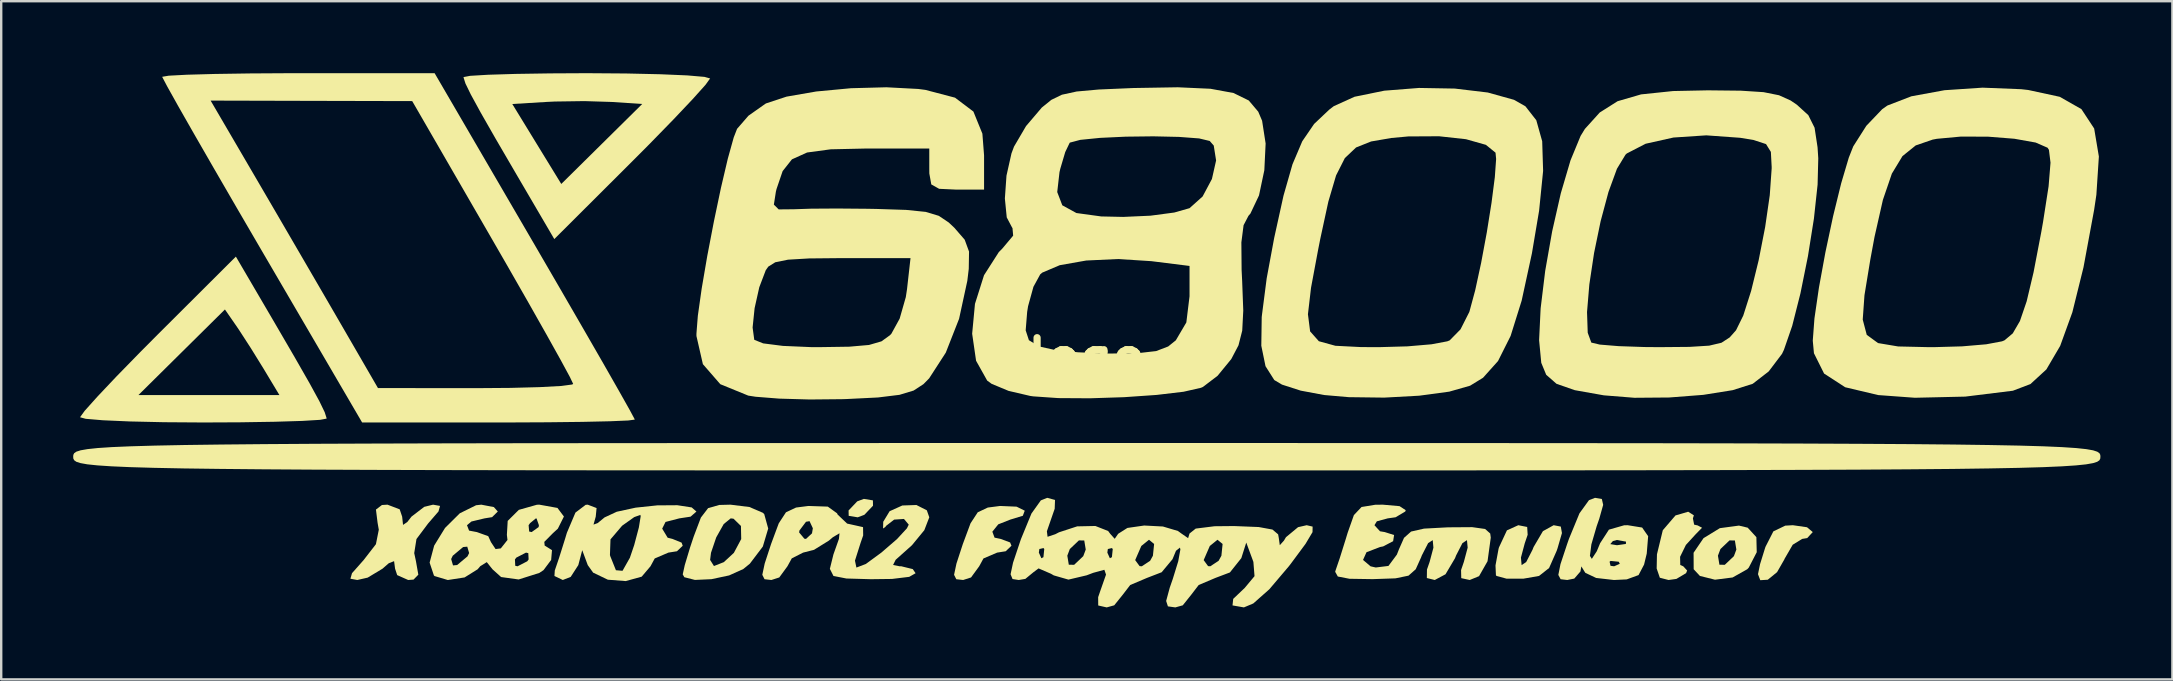
<source format=kicad_pcb>
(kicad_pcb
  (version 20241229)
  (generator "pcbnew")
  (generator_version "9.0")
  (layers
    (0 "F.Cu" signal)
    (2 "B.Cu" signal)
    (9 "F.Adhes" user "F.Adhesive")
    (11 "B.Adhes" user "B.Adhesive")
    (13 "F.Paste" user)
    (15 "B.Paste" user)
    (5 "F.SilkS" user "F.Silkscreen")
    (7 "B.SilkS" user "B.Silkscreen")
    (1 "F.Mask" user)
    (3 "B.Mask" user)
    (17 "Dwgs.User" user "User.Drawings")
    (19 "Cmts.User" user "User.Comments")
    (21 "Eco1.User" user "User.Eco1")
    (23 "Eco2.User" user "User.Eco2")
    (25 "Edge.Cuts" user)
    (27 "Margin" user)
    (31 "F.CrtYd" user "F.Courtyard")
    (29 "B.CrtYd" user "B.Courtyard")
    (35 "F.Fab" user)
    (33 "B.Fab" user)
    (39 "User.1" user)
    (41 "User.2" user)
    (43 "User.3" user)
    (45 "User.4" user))
  (footprint "logo"
    (layer "F.Cu")
    (at 42.238 11.844)
    (property "Reference" "logo" (at 0 0 0) (layer "F.SilkS") (effects (font (size 1.5 1.5) (thickness 0.3))))
    (attr board_only exclude_from_pos_files exclude_from_bom)
    (fp_poly (pts (xy -8.913 5.957) (xy -8.909 6.18) (xy -9.27 6.559) (xy -9.546 6.663) (xy -9.922 6.601) (xy -9.927 6.377) (xy -9.566 5.998) (xy -9.29 5.895)) (stroke (width 0) (type solid)) (fill yes) (layer "F.SilkS"))
    (fp_poly (pts (xy 30.012 7.077) (xy 30.252 7.278) (xy 30.02 7.528) (xy 29.809 7.563) (xy 29.416 7.806) (xy 29.077 8.392) (xy 29.067 8.419) (xy 28.764 8.948) (xy 28.377 9.264) (xy 28.064 9.283) (xy 27.969 9.032) (xy 28.055 8.616) (xy 28.266 7.937) (xy 28.282 7.891) (xy 28.61 7.248) (xy 29.106 7.01) (xy 29.423 6.992)) (stroke (width 0) (type solid)) (fill yes) (layer "F.SilkS"))
    (fp_poly (pts (xy 25.297 6.581) (xy 25.257 6.707) (xy 25.308 6.968) (xy 25.455 7.001) (xy 25.638 7.098) (xy 25.382 7.358) (xy 24.965 7.814) (xy 24.723 8.308) (xy 24.73 8.65) (xy 24.855 8.704) (xy 25.017 8.88) (xy 24.972 8.99) (xy 24.569 9.23) (xy 24.242 9.275) (xy 23.879 9.181) (xy 23.747 8.796) (xy 23.759 8.205) (xy 24.002 7.202) (xy 24.531 6.585) (xy 25.06 6.43)) (stroke (width 0) (type solid)) (fill yes) (layer "F.SilkS"))
    (fp_poly (pts (xy -2.925 6.219) (xy -2.586 6.387) (xy -2.666 6.599) (xy -3.188 6.758) (xy -3.69 6.956) (xy -3.936 7.262) (xy -3.844 7.51) (xy -3.591 7.563) (xy -3.196 7.71) (xy -3.139 7.848) (xy -3.379 8.077) (xy -3.737 8.134) (xy -4.307 8.378) (xy -4.484 8.704) (xy -4.824 9.169) (xy -5.153 9.275) (xy -5.438 9.243) (xy -5.531 9.059) (xy -5.432 8.591) (xy -5.166 7.777) (xy -4.845 6.913) (xy -4.545 6.454) (xy -4.125 6.256) (xy -3.613 6.19)) (stroke (width 0) (type solid)) (fill yes) (layer "F.SilkS"))
    (fp_poly (pts (xy 27.54 7.095) (xy 27.902 7.49) (xy 27.917 8.117) (xy 27.586 8.757) (xy 27.52 8.827) (xy 26.911 9.17) (xy 26.177 9.263) (xy 25.549 9.106) (xy 25.289 8.827) (xy 25.286 8.262) (xy 26.3 8.262) (xy 26.362 8.638) (xy 26.586 8.642) (xy 26.965 8.282) (xy 27.068 8.006) (xy 27.006 7.629) (xy 26.783 7.625) (xy 26.404 7.985) (xy 26.3 8.262) (xy 25.286 8.262) (xy 25.285 8.14) (xy 25.7 7.531) (xy 26.38 7.115) (xy 27.176 7.008)) (stroke (width 0) (type solid)) (fill yes) (layer "F.SilkS"))
    (fp_poly (pts (xy 19.752 7.049) (xy 19.8 7.319) (xy 19.617 7.951) (xy 19.579 8.062) (xy 19.264 8.776) (xy 18.845 9.106) (xy 18.193 9.22) (xy 17.489 9.219) (xy 17.074 9.106) (xy 17.049 9.077) (xy 17.031 8.668) (xy 17.157 7.983) (xy 17.174 7.92) (xy 17.507 7.206) (xy 17.981 6.992) (xy 18.351 7.065) (xy 18.371 7.391) (xy 18.25 7.745) (xy 18.091 8.341) (xy 18.119 8.654) (xy 18.31 8.527) (xy 18.574 8.013) (xy 18.618 7.901) (xy 19.007 7.24) (xy 19.454 6.992)) (stroke (width 0) (type solid)) (fill yes) (layer "F.SilkS"))
    (fp_poly (pts (xy -26.951 6.188) (xy -27.015 6.418) (xy -27.449 6.921) (xy -27.934 7.569) (xy -28.027 8.155) (xy -27.955 8.49) (xy -27.856 9.054) (xy -28.055 9.258) (xy -28.279 9.275) (xy -28.737 9.071) (xy -28.825 8.803) (xy -28.866 8.49) (xy -29.085 8.575) (xy -29.347 8.803) (xy -29.966 9.176) (xy -30.399 9.275) (xy -30.686 9.222) (xy -30.62 8.992) (xy -30.168 8.481) (xy -30.147 8.459) (xy -29.623 7.783) (xy -29.503 7.18) (xy -29.554 6.889) (xy -29.622 6.34) (xy -29.372 6.15) (xy -29.141 6.136) (xy -28.633 6.33) (xy -28.53 6.635) (xy -28.493 6.979) (xy -28.316 6.859) (xy -28.142 6.635) (xy -27.611 6.227) (xy -27.242 6.136)) (stroke (width 0) (type solid)) (fill yes) (layer "F.SilkS"))
    (fp_poly (pts (xy -14.057 6.234) (xy -13.498 6.475) (xy -13.442 6.529) (xy -13.276 7.13) (xy -13.5 7.881) (xy -14.041 8.595) (xy -14.315 8.818) (xy -14.904 9.084) (xy -15.642 9.241) (xy -16.33 9.272) (xy -16.772 9.159) (xy -16.838 9.041) (xy -16.753 8.653) (xy -16.688 8.438) (xy -15.697 8.438) (xy -15.537 8.693) (xy -15.126 8.531) (xy -14.707 8.144) (xy -14.401 7.569) (xy -14.412 7.024) (xy -14.722 6.721) (xy -14.839 6.707) (xy -15.13 6.944) (xy -15.443 7.501) (xy -15.66 8.141) (xy -15.697 8.438) (xy -16.688 8.438) (xy -16.535 7.929) (xy -16.383 7.471) (xy -16.081 6.673) (xy -15.78 6.28) (xy -15.315 6.148) (xy -14.849 6.136)) (stroke (width 0) (type solid)) (fill yes) (layer "F.SilkS"))
    (fp_poly (pts (xy -33.895 -1.53) (xy -33.012 -0.014) (xy -32.385 1.082) (xy -31.979 1.825) (xy -31.757 2.284) (xy -31.68 2.527) (xy -31.679 2.55) (xy -31.949 2.601) (xy -32.7 2.646) (xy -33.842 2.681) (xy -35.284 2.704) (xy -36.816 2.711) (xy -38.457 2.7) (xy -39.881 2.668) (xy -40.998 2.619) (xy -41.718 2.558) (xy -41.953 2.493) (xy -41.761 2.227) (xy -41.229 1.634) (xy -41.169 1.57) (xy -39.521 1.57) (xy -36.583 1.57) (xy -33.644 1.57) (xy -34.302 0.475) (xy -34.833 -0.383) (xy -35.333 -1.155) (xy -35.438 -1.309) (xy -35.915 -1.998) (xy -37.718 -0.214) (xy -39.521 1.57) (xy -41.169 1.57) (xy -40.428 0.786) (xy -39.423 -0.243) (xy -38.706 -0.964) (xy -35.459 -4.201)) (stroke (width 0) (type solid)) (fill yes) (layer "F.SilkS"))
    (fp_poly (pts (xy -19.193 -11.832) (xy -17.769 -11.8) (xy -16.651 -11.752) (xy -15.931 -11.69) (xy -15.697 -11.625) (xy -15.889 -11.359) (xy -16.42 -10.767) (xy -17.222 -9.919) (xy -18.226 -8.889) (xy -18.943 -8.169) (xy -22.19 -4.931) (xy -23.754 -7.603) (xy -24.638 -9.119) (xy -25.264 -10.215) (xy -25.452 -10.56) (xy -23.94 -10.56) (xy -22.92 -8.894) (xy -21.899 -7.228) (xy -20.213 -8.894) (xy -18.527 -10.56) (xy -19.813 -10.646) (xy -20.936 -10.681) (xy -22.173 -10.663) (xy -22.52 -10.646) (xy -23.94 -10.56) (xy -25.452 -10.56) (xy -25.67 -10.958) (xy -25.893 -11.417) (xy -25.97 -11.66) (xy -25.971 -11.682) (xy -25.7 -11.734) (xy -24.949 -11.779) (xy -23.808 -11.814) (xy -22.365 -11.836) (xy -20.834 -11.844)) (stroke (width 0) (type solid)) (fill yes) (layer "F.SilkS"))
    (fp_poly (pts (xy 21.462 5.9) (xy 21.518 6.143) (xy 21.355 6.723) (xy 21.246 7.037) (xy 21.026 7.791) (xy 20.965 8.271) (xy 21.045 8.394) (xy 21.252 8.076) (xy 21.375 7.78) (xy 21.814 7.78) (xy 22.094 7.826) (xy 22.464 7.773) (xy 22.469 7.676) (xy 22.087 7.608) (xy 21.922 7.653) (xy 21.814 7.78) (xy 21.375 7.78) (xy 21.389 7.745) (xy 21.757 7.177) (xy 22.392 6.995) (xy 22.539 6.992) (xy 23.141 7.089) (xy 23.392 7.45) (xy 23.333 8.176) (xy 23.222 8.633) (xy 22.992 9.07) (xy 22.5 9.25) (xy 21.966 9.275) (xy 21.225 9.19) (xy 20.775 8.977) (xy 20.737 8.919) (xy 20.608 8.708) (xy 20.571 8.919) (xy 20.314 9.216) (xy 20.02 9.275) (xy 19.745 9.243) (xy 19.649 9.064) (xy 19.738 8.616) (xy 19.772 8.514) (xy 21.785 8.514) (xy 21.824 8.684) (xy 21.975 8.704) (xy 22.21 8.6) (xy 22.166 8.514) (xy 21.827 8.48) (xy 21.785 8.514) (xy 19.772 8.514) (xy 20.016 7.778) (xy 20.091 7.563) (xy 20.53 6.496) (xy 20.926 5.949) (xy 21.178 5.851)) (stroke (width 0) (type solid)) (fill yes) (layer "F.SilkS"))
    (fp_poly (pts (xy -23.006 -4.687) (xy -21.944 -2.859) (xy -20.981 -1.195) (xy -20.153 0.242) (xy -19.498 1.39) (xy -19.05 2.186) (xy -18.845 2.568) (xy -18.836 2.591) (xy -19.107 2.628) (xy -19.863 2.66) (xy -21.019 2.686) (xy -22.489 2.703) (xy -24.187 2.711) (xy -24.517 2.711) (xy -30.198 2.711) (xy -34.363 -4.417) (xy -35.427 -6.242) (xy -36.39 -7.904) (xy -37.217 -9.341) (xy -37.872 -10.49) (xy -37.99 -10.702) (xy -36.511 -10.702) (xy -34.718 -7.634) (xy -33.799 -6.06) (xy -32.768 -4.289) (xy -31.776 -2.584) (xy -31.231 -1.645) (xy -29.538 1.277) (xy -25.471 1.281) (xy -24.022 1.27) (xy -22.8 1.238) (xy -21.908 1.19) (xy -21.446 1.129) (xy -21.404 1.103) (xy -21.541 0.815) (xy -21.926 0.104) (xy -22.518 -0.958) (xy -23.277 -2.3) (xy -24.165 -3.852) (xy -24.758 -4.88) (xy -28.111 -10.681) (xy -32.311 -10.691) (xy -36.511 -10.702) (xy -37.99 -10.702) (xy -38.318 -11.288) (xy -38.52 -11.671) (xy -38.528 -11.694) (xy -38.257 -11.74) (xy -37.501 -11.78) (xy -36.345 -11.812) (xy -34.876 -11.834) (xy -33.178 -11.844) (xy -32.852 -11.844) (xy -27.177 -11.844)) (stroke (width 0) (type solid)) (fill yes) (layer "F.SilkS"))
    (fp_poly (pts (xy -20.428 6.277) (xy -20.463 6.635) (xy -20.556 6.967) (xy -20.382 6.903) (xy -20.097 6.668) (xy -19.588 6.431) (xy -18.798 6.26) (xy -17.899 6.165) (xy -17.064 6.159) (xy -16.464 6.251) (xy -16.267 6.423) (xy -16.512 6.636) (xy -16.981 6.707) (xy -17.555 6.856) (xy -17.694 7.135) (xy -17.466 7.513) (xy -17.266 7.563) (xy -16.887 7.717) (xy -16.838 7.848) (xy -17.078 8.077) (xy -17.436 8.134) (xy -18.005 8.378) (xy -18.182 8.704) (xy -18.548 9.136) (xy -19.212 9.32) (xy -19.958 9.263) (xy -20.572 8.968) (xy -20.796 8.654) (xy -20.953 8.23) (xy -19.871 8.23) (xy -19.86 8.276) (xy -19.622 8.868) (xy -19.347 8.892) (xy -19.04 8.348) (xy -18.861 7.821) (xy -18.666 7.086) (xy -18.591 6.625) (xy -18.602 6.561) (xy -18.86 6.655) (xy -19.355 7.007) (xy -19.366 7.016) (xy -19.848 7.582) (xy -19.871 8.23) (xy -20.953 8.23) (xy -21.026 8.033) (xy -21.189 8.654) (xy -21.506 9.145) (xy -21.836 9.275) (xy -22.184 9.108) (xy -22.169 8.877) (xy -21.994 8.363) (xy -21.744 7.569) (xy -21.665 7.307) (xy -21.309 6.466) (xy -20.883 6.143) (xy -20.797 6.136)) (stroke (width 0) (type solid)) (fill yes) (layer "F.SilkS"))
    (fp_poly (pts (xy 13.034 6.198) (xy 13.289 6.366) (xy 13.271 6.421) (xy 12.868 6.661) (xy 12.54 6.707) (xy 12.086 6.83) (xy 11.987 6.992) (xy 12.218 7.245) (xy 12.415 7.278) (xy 12.805 7.401) (xy 12.765 7.658) (xy 12.348 7.876) (xy 12.223 7.9) (xy 11.655 8.118) (xy 11.511 8.439) (xy 11.825 8.705) (xy 12.041 8.754) (xy 12.57 8.689) (xy 12.921 8.217) (xy 13.01 7.991) (xy 13.219 7.518) (xy 13.514 7.256) (xy 14.052 7.134) (xy 14.993 7.083) (xy 15.08 7.08) (xy 16.061 7.073) (xy 16.598 7.149) (xy 16.811 7.338) (xy 16.834 7.509) (xy 16.699 8.494) (xy 16.346 9.115) (xy 15.956 9.275) (xy 15.604 9.198) (xy 15.596 8.861) (xy 15.712 8.522) (xy 15.871 7.927) (xy 15.842 7.614) (xy 15.652 7.74) (xy 15.388 8.254) (xy 15.344 8.367) (xy 14.948 9.036) (xy 14.5 9.275) (xy 14.17 9.193) (xy 14.175 8.84) (xy 14.285 8.522) (xy 14.444 7.927) (xy 14.415 7.614) (xy 14.224 7.738) (xy 13.962 8.249) (xy 13.928 8.337) (xy 13.706 8.828) (xy 13.406 9.094) (xy 12.864 9.206) (xy 11.917 9.239) (xy 11.907 9.239) (xy 10.947 9.224) (xy 10.46 9.13) (xy 10.35 8.933) (xy 10.368 8.871) (xy 10.542 8.361) (xy 10.79 7.57) (xy 10.87 7.307) (xy 11.13 6.57) (xy 11.448 6.233) (xy 12.018 6.14) (xy 12.334 6.136)) (stroke (width 0) (type solid)) (fill yes) (layer "F.SilkS"))
    (fp_poly (pts (xy 38.936 -11.177) (xy 39.231 -11.144) (xy 40.543 -10.86) (xy 41.446 -10.347) (xy 41.978 -9.539) (xy 42.174 -8.371) (xy 42.07 -6.778) (xy 41.976 -6.148) (xy 41.533 -3.754) (xy 41.069 -1.881) (xy 40.561 -0.479) (xy 39.986 0.501) (xy 39.323 1.11) (xy 38.592 1.388) (xy 36.606 1.633) (xy 34.506 1.681) (xy 32.977 1.569) (xy 31.603 1.243) (xy 30.723 0.672) (xy 30.301 -0.174) (xy 30.252 -0.697) (xy 30.318 -1.576) (xy 32.334 -1.576) (xy 32.501 -0.941) (xy 32.971 -0.598) (xy 33.809 -0.457) (xy 35.08 -0.428) (xy 35.3 -0.428) (xy 36.477 -0.461) (xy 37.481 -0.547) (xy 38.137 -0.67) (xy 38.239 -0.711) (xy 38.584 -1) (xy 38.884 -1.515) (xy 39.165 -2.338) (xy 39.453 -3.55) (xy 39.775 -5.231) (xy 39.848 -5.646) (xy 40.079 -7.131) (xy 40.159 -8.115) (xy 40.093 -8.649) (xy 40.036 -8.738) (xy 39.54 -8.954) (xy 38.653 -9.112) (xy 37.553 -9.199) (xy 36.417 -9.202) (xy 35.424 -9.11) (xy 35.246 -9.076) (xy 34.542 -8.834) (xy 33.99 -8.389) (xy 33.548 -7.659) (xy 33.174 -6.564) (xy 32.825 -5.022) (xy 32.65 -4.078) (xy 32.406 -2.591) (xy 32.334 -1.576) (xy 30.318 -1.576) (xy 30.322 -1.627) (xy 30.509 -2.91) (xy 30.779 -4.383) (xy 31.099 -5.885) (xy 31.435 -7.253) (xy 31.753 -8.325) (xy 31.939 -8.795) (xy 32.484 -9.652) (xy 33.145 -10.344) (xy 33.361 -10.496) (xy 34.36 -10.881) (xy 35.742 -11.135) (xy 37.326 -11.241)) (stroke (width 0) (type solid)) (fill yes) (layer "F.SilkS"))
    (fp_poly (pts (xy -6.666 6.371) (xy -6.564 6.663) (xy -6.771 7.2) (xy -7.284 7.824) (xy -7.442 7.966) (xy -7.965 8.433) (xy -8.072 8.648) (xy -7.798 8.704) (xy -7.728 8.704) (xy -7.252 8.821) (xy -7.135 8.993) (xy -7.4 9.144) (xy -8.118 9.231) (xy -8.997 9.242) (xy -10.017 9.213) (xy -10.557 9.107) (xy -10.707 8.81) (xy -10.558 8.209) (xy -10.329 7.563) (xy -10.305 7.328) (xy -10.582 7.493) (xy -10.748 7.634) (xy -11.366 8.017) (xy -11.822 8.134) (xy -12.294 8.374) (xy -12.475 8.704) (xy -12.815 9.169) (xy -13.144 9.275) (xy -13.429 9.243) (xy -13.522 9.059) (xy -13.423 8.591) (xy -13.157 7.777) (xy -12.978 7.294) (xy -11.987 7.294) (xy -11.769 7.555) (xy -11.701 7.563) (xy -11.451 7.331) (xy -11.416 7.118) (xy -11.554 6.823) (xy -11.701 6.849) (xy -11.976 7.214) (xy -11.987 7.294) (xy -12.978 7.294) (xy -12.836 6.913) (xy -12.536 6.454) (xy -12.116 6.256) (xy -11.602 6.19) (xy -10.793 6.217) (xy -10.406 6.496) (xy -10.384 6.547) (xy -9.988 6.924) (xy -9.68 6.992) (xy -9.324 7.072) (xy -9.319 7.418) (xy -9.425 7.724) (xy -9.661 8.468) (xy -9.601 8.757) (xy -9.209 8.608) (xy -8.562 8.134) (xy -7.909 7.57) (xy -7.496 7.122) (xy -7.42 6.968) (xy -7.619 6.731) (xy -8.028 6.759) (xy -8.371 7.025) (xy -8.39 7.063) (xy -8.49 7.129) (xy -8.483 6.849) (xy -8.217 6.409) (xy -7.687 6.17) (xy -7.1 6.15)) (stroke (width 0) (type solid)) (fill yes) (layer "F.SilkS"))
    (fp_poly (pts (xy 15.336 -11.203) (xy 16.71 -11.039) (xy 17.801 -10.735) (xy 18.276 -10.466) (xy 18.731 -9.884) (xy 18.977 -9.006) (xy 19.015 -7.771) (xy 18.848 -6.115) (xy 18.548 -4.334) (xy 18.121 -2.366) (xy 17.661 -0.896) (xy 17.136 0.151) (xy 16.511 0.848) (xy 15.971 1.179) (xy 15.105 1.426) (xy 13.853 1.595) (xy 12.395 1.675) (xy 10.913 1.656) (xy 9.891 1.567) (xy 8.913 1.384) (xy 8.134 1.133) (xy 7.813 0.943) (xy 7.447 0.366) (xy 7.272 -0.486) (xy 7.289 -1.684) (xy 7.303 -1.8) (xy 9.215 -1.8) (xy 9.306 -1.085) (xy 9.67 -0.675) (xy 10.36 -0.485) (xy 11.429 -0.431) (xy 12.183 -0.428) (xy 13.361 -0.461) (xy 14.364 -0.547) (xy 15.02 -0.67) (xy 15.122 -0.711) (xy 15.573 -1.17) (xy 15.937 -1.889) (xy 15.949 -1.924) (xy 16.186 -2.802) (xy 16.433 -3.944) (xy 16.668 -5.206) (xy 16.865 -6.443) (xy 17.003 -7.512) (xy 17.057 -8.267) (xy 17.032 -8.532) (xy 16.631 -8.858) (xy 15.801 -9.093) (xy 14.678 -9.216) (xy 13.398 -9.209) (xy 12.691 -9.144) (xy 11.848 -8.999) (xy 11.221 -8.749) (xy 10.753 -8.306) (xy 10.387 -7.583) (xy 10.065 -6.491) (xy 9.73 -4.944) (xy 9.639 -4.484) (xy 9.344 -2.904) (xy 9.215 -1.8) (xy 7.303 -1.8) (xy 7.496 -3.295) (xy 7.808 -4.976) (xy 8.197 -6.741) (xy 8.571 -8.048) (xy 8.979 -9.008) (xy 9.473 -9.73) (xy 10.1 -10.323) (xy 10.292 -10.47) (xy 11.157 -10.862) (xy 12.395 -11.115) (xy 13.843 -11.229)) (stroke (width 0) (type solid)) (fill yes) (layer "F.SilkS"))
    (fp_poly (pts (xy 27.256 -11.115) (xy 28.2 -11.054) (xy 28.845 -10.925) (xy 29.328 -10.707) (xy 29.589 -10.53) (xy 30.066 -10.096) (xy 30.327 -9.572) (xy 30.451 -8.759) (xy 30.481 -8.297) (xy 30.453 -7.201) (xy 30.3 -5.785) (xy 30.051 -4.219) (xy 29.739 -2.673) (xy 29.395 -1.315) (xy 29.05 -0.317) (xy 28.971 -0.15) (xy 28.416 0.583) (xy 27.75 1.099) (xy 26.912 1.365) (xy 25.689 1.56) (xy 24.265 1.67) (xy 22.821 1.682) (xy 21.547 1.58) (xy 20.335 1.365) (xy 19.574 1.1) (xy 19.144 0.724) (xy 18.938 0.225) (xy 18.848 -0.719) (xy 18.904 -1.889) (xy 20.845 -1.889) (xy 20.874 -1.028) (xy 21.024 -0.618) (xy 21.376 -0.535) (xy 22.161 -0.47) (xy 23.24 -0.433) (xy 23.857 -0.428) (xy 25.114 -0.439) (xy 25.933 -0.49) (xy 26.448 -0.612) (xy 26.79 -0.834) (xy 27.054 -1.132) (xy 27.356 -1.745) (xy 27.683 -2.771) (xy 27.998 -4.053) (xy 28.268 -5.434) (xy 28.46 -6.759) (xy 28.539 -7.873) (xy 28.539 -7.943) (xy 28.506 -8.564) (xy 28.304 -8.89) (xy 27.781 -9.061) (xy 27.228 -9.152) (xy 25.814 -9.254) (xy 24.446 -9.163) (xy 23.287 -8.904) (xy 22.504 -8.5) (xy 22.448 -8.448) (xy 22.092 -7.862) (xy 21.738 -6.893) (xy 21.412 -5.677) (xy 21.138 -4.348) (xy 20.941 -3.04) (xy 20.845 -1.889) (xy 18.904 -1.889) (xy 18.912 -2.045) (xy 19.102 -3.606) (xy 19.392 -5.253) (xy 19.752 -6.838) (xy 20.157 -8.213) (xy 20.577 -9.23) (xy 20.756 -9.522) (xy 21.377 -10.208) (xy 22.118 -10.676) (xy 23.098 -10.961) (xy 24.431 -11.1) (xy 25.879 -11.13)) (stroke (width 0) (type solid)) (fill yes) (layer "F.SilkS"))
    (fp_poly (pts (xy -22.058 6.272) (xy -21.789 6.63) (xy -22.042 7.136) (xy -22.247 7.324) (xy -22.607 7.687) (xy -22.59 7.848) (xy -22.578 7.848) (xy -22.286 8.031) (xy -22.321 8.439) (xy -22.639 8.864) (xy -22.813 8.98) (xy -23.675 9.253) (xy -24.406 9.152) (xy -24.765 8.829) (xy -25.004 8.53) (xy -25.276 8.701) (xy -25.385 8.829) (xy -25.928 9.168) (xy -26.627 9.276) (xy -27.179 9.111) (xy -27.207 9.085) (xy -27.385 8.552) (xy -27.345 8.401) (xy -26.488 8.401) (xy -26.41 8.667) (xy -26.238 8.651) (xy -25.961 8.419) (xy -23.83 8.419) (xy -23.817 8.683) (xy -23.721 8.704) (xy -23.318 8.496) (xy -23.26 8.419) (xy -23.273 8.156) (xy -23.369 8.134) (xy -23.772 8.342) (xy -23.83 8.419) (xy -25.961 8.419) (xy -25.806 8.29) (xy -25.739 8.152) (xy -25.817 7.886) (xy -25.989 7.902) (xy -26.421 8.263) (xy -26.488 8.401) (xy -27.345 8.401) (xy -27.196 7.842) (xy -26.743 7.106) (xy -26.127 6.495) (xy -25.449 6.16) (xy -25.232 6.136) (xy -24.708 6.237) (xy -24.544 6.421) (xy -24.782 6.656) (xy -25.098 6.707) (xy -25.644 6.838) (xy -25.828 6.992) (xy -25.741 7.217) (xy -25.417 7.278) (xy -24.943 7.448) (xy -24.829 7.697) (xy -24.637 7.986) (xy -24.419 7.958) (xy -24.141 7.607) (xy -24.166 7.393) (xy -24.142 6.992) (xy -23.26 6.992) (xy -23.237 7.255) (xy -23.134 7.278) (xy -22.843 7.07) (xy -22.831 6.992) (xy -22.929 6.714) (xy -22.957 6.707) (xy -23.201 6.907) (xy -23.26 6.992) (xy -24.142 6.992) (xy -24.132 6.813) (xy -23.668 6.352) (xy -22.914 6.139) (xy -22.813 6.136)) (stroke (width 0) (type solid)) (fill yes) (layer "F.SilkS"))
    (fp_poly (pts (xy 5.733 3.567) (xy 10.922 3.568) (xy 15.594 3.569) (xy 19.777 3.572) (xy 23.498 3.575) (xy 26.783 3.581) (xy 29.66 3.589) (xy 32.156 3.6) (xy 34.297 3.613) (xy 36.112 3.63) (xy 37.627 3.651) (xy 38.869 3.675) (xy 39.865 3.704) (xy 40.642 3.738) (xy 41.228 3.777) (xy 41.65 3.822) (xy 41.934 3.872) (xy 42.108 3.929) (xy 42.198 3.992) (xy 42.233 4.062) (xy 42.238 4.138) (xy 42.232 4.216) (xy 42.197 4.286) (xy 42.105 4.349) (xy 41.929 4.405) (xy 41.641 4.456) (xy 41.216 4.5) (xy 40.626 4.539) (xy 39.844 4.573) (xy 38.842 4.602) (xy 37.594 4.626) (xy 36.072 4.647) (xy 34.25 4.663) (xy 32.1 4.677) (xy 29.596 4.687) (xy 26.71 4.695) (xy 23.414 4.701) (xy 19.683 4.705) (xy 15.489 4.707) (xy 10.804 4.708) (xy 5.603 4.709) (xy 0 4.709) (xy -5.733 4.709) (xy -10.922 4.708) (xy -15.594 4.707) (xy -19.777 4.705) (xy -23.498 4.701) (xy -26.783 4.695) (xy -29.66 4.687) (xy -32.156 4.677) (xy -34.297 4.663) (xy -36.112 4.646) (xy -37.627 4.626) (xy -38.869 4.601) (xy -39.865 4.572) (xy -40.642 4.538) (xy -41.228 4.499) (xy -41.65 4.455) (xy -41.934 4.404) (xy -42.108 4.348) (xy -42.198 4.284) (xy -42.233 4.214) (xy -42.238 4.138) (xy -42.232 4.061) (xy -42.197 3.991) (xy -42.105 3.927) (xy -41.929 3.871) (xy -41.641 3.821) (xy -41.216 3.776) (xy -40.626 3.737) (xy -39.844 3.704) (xy -38.842 3.675) (xy -37.594 3.65) (xy -36.072 3.63) (xy -34.25 3.613) (xy -32.1 3.599) (xy -29.596 3.589) (xy -26.71 3.581) (xy -23.414 3.575) (xy -19.683 3.572) (xy -15.489 3.569) (xy -10.804 3.568) (xy -5.603 3.567) (xy 0 3.567)) (stroke (width 0) (type solid)) (fill yes) (layer "F.SilkS"))
    (fp_poly (pts (xy -7.024 -11.187) (xy -6.725 -11.148) (xy -5.491 -10.824) (xy -4.725 -10.245) (xy -4.351 -9.324) (xy -4.281 -8.419) (xy -4.281 -6.992) (xy -5.422 -6.992) (xy -6.154 -7.026) (xy -6.48 -7.209) (xy -6.562 -7.664) (xy -6.564 -7.848) (xy -6.564 -8.704) (xy -9.231 -8.704) (xy -10.674 -8.672) (xy -11.656 -8.539) (xy -12.287 -8.254) (xy -12.675 -7.763) (xy -12.93 -7.015) (xy -12.956 -6.907) (xy -13.04 -6.367) (xy -12.839 -6.168) (xy -12.213 -6.174) (xy -12.209 -6.174) (xy -11.49 -6.198) (xy -10.4 -6.205) (xy -9.143 -6.194) (xy -8.763 -6.187) (xy -7.525 -6.147) (xy -6.71 -6.064) (xy -6.17 -5.901) (xy -5.755 -5.624) (xy -5.518 -5.401) (xy -5.088 -4.905) (xy -4.907 -4.41) (xy -4.919 -3.691) (xy -4.979 -3.19) (xy -5.322 -1.61) (xy -5.876 -0.199) (xy -6.569 0.872) (xy -6.807 1.114) (xy -7.217 1.381) (xy -7.806 1.559) (xy -8.702 1.669) (xy -10.029 1.735) (xy -10.202 1.74) (xy -11.551 1.753) (xy -12.817 1.717) (xy -13.802 1.639) (xy -14.109 1.591) (xy -15.272 1.116) (xy -15.998 0.281) (xy -16.266 -0.89) (xy -16.267 -0.982) (xy -16.247 -1.246) (xy -13.926 -1.246) (xy -13.858 -0.741) (xy -13.853 -0.732) (xy -13.486 -0.585) (xy -12.664 -0.48) (xy -11.502 -0.43) (xy -11.158 -0.428) (xy -9.899 -0.447) (xy -9.076 -0.519) (xy -8.556 -0.67) (xy -8.204 -0.924) (xy -8.144 -0.987) (xy -7.799 -1.615) (xy -7.542 -2.514) (xy -7.492 -2.842) (xy -7.346 -4.138) (xy -10.227 -4.138) (xy -11.569 -4.125) (xy -12.45 -4.073) (xy -12.982 -3.965) (xy -13.273 -3.783) (xy -13.378 -3.634) (xy -13.648 -2.924) (xy -13.843 -2.051) (xy -13.926 -1.246) (xy -16.247 -1.246) (xy -16.208 -1.739) (xy -16.049 -2.864) (xy -15.817 -4.22) (xy -15.539 -5.667) (xy -15.245 -7.067) (xy -14.96 -8.28) (xy -14.713 -9.167) (xy -14.574 -9.525) (xy -14.099 -10.072) (xy -13.393 -10.57) (xy -13.361 -10.587) (xy -12.512 -10.867) (xy -11.273 -11.082) (xy -9.826 -11.218) (xy -8.35 -11.257)) (stroke (width 0) (type solid)) (fill yes) (layer "F.SilkS"))
    (fp_poly (pts (xy 5.154 -11.195) (xy 6.112 -11.019) (xy 6.749 -10.707) (xy 7.144 -10.24) (xy 7.305 -9.862) (xy 7.452 -8.914) (xy 7.398 -7.801) (xy 7.176 -6.751) (xy 6.817 -5.993) (xy 6.737 -5.901) (xy 6.533 -5.509) (xy 6.441 -4.792) (xy 6.451 -3.646) (xy 6.474 -3.183) (xy 6.52 -1.952) (xy 6.477 -1.117) (xy 6.321 -0.504) (xy 6.027 0.056) (xy 6.013 0.078) (xy 5.45 0.765) (xy 4.839 1.23) (xy 4.756 1.266) (xy 4.034 1.43) (xy 2.91 1.563) (xy 1.553 1.657) (xy 0.132 1.703) (xy -1.185 1.695) (xy -2.229 1.623) (xy -2.358 1.605) (xy -3.261 1.394) (xy -3.967 1.1) (xy -4.151 0.966) (xy -4.614 0.139) (xy -4.777 -0.986) (xy -4.764 -1.128) (xy -2.547 -1.128) (xy -2.413 -0.718) (xy -2.012 -0.47) (xy -1.963 -0.451) (xy -1.352 -0.316) (xy -0.37 -0.214) (xy 0.784 -0.163) (xy 0.928 -0.161) (xy 2.117 -0.176) (xy 2.888 -0.264) (xy 3.391 -0.456) (xy 3.71 -0.713) (xy 4.148 -1.458) (xy 4.281 -2.548) (xy 4.281 -3.812) (xy 2.689 -4.011) (xy 1.301 -4.1) (xy -0.023 -4.038) (xy -1.127 -3.843) (xy -1.855 -3.534) (xy -1.941 -3.461) (xy -2.224 -2.943) (xy -2.447 -2.134) (xy -2.485 -1.899) (xy -2.547 -1.128) (xy -4.764 -1.128) (xy -4.66 -2.232) (xy -4.283 -3.425) (xy -3.665 -4.391) (xy -3.527 -4.529) (xy -3.069 -5.074) (xy -3.097 -5.396) (xy -3.109 -5.404) (xy -3.336 -5.834) (xy -3.414 -6.622) (xy -3.395 -6.89) (xy -1.232 -6.89) (xy -1.021 -6.339) (xy -0.434 -6.017) (xy 0.6 -5.875) (xy 1.519 -5.855) (xy 2.652 -5.906) (xy 3.646 -6.038) (xy 4.281 -6.219) (xy 4.826 -6.707) (xy 5.214 -7.435) (xy 5.388 -8.207) (xy 5.29 -8.828) (xy 5.121 -9.02) (xy 4.68 -9.126) (xy 3.845 -9.189) (xy 2.774 -9.213) (xy 1.624 -9.199) (xy 0.556 -9.149) (xy -0.272 -9.066) (xy -0.702 -8.952) (xy -0.715 -8.941) (xy -0.899 -8.557) (xy -1.105 -7.86) (xy -1.138 -7.72) (xy -1.232 -6.89) (xy -3.395 -6.89) (xy -3.347 -7.575) (xy -3.139 -8.502) (xy -3.033 -8.785) (xy -2.532 -9.64) (xy -1.876 -10.411) (xy -1.873 -10.413) (xy -1.478 -10.733) (xy -1.038 -10.947) (xy -0.423 -11.081) (xy 0.496 -11.164) (xy 1.848 -11.222) (xy 1.945 -11.226) (xy 3.792 -11.257)) (stroke (width 0) (type solid)) (fill yes) (layer "F.SilkS"))
    (fp_poly (pts (xy -1.324 5.939) (xy -1.338 6.307) (xy -1.434 6.583) (xy -1.663 7.244) (xy -1.635 7.474) (xy -1.313 7.367) (xy -1.16 7.288) (xy -0.402 7.04) (xy 0.357 7.024) (xy 0.889 7.233) (xy 0.975 7.349) (xy 1.163 7.559) (xy 1.308 7.349) (xy 1.691 7.106) (xy 2.392 7.005) (xy 3.172 7.046) (xy 3.797 7.232) (xy 3.938 7.335) (xy 4.222 7.531) (xy 4.281 7.338) (xy 4.538 7.133) (xy 5.323 7.035) (xy 6.136 7.027) (xy 7.164 7.068) (xy 7.737 7.173) (xy 7.973 7.373) (xy 8 7.523) (xy 8.042 7.825) (xy 8.215 7.633) (xy 8.299 7.492) (xy 8.803 7.074) (xy 9.163 6.992) (xy 9.41 7.05) (xy 9.406 7.281) (xy 9.114 7.771) (xy 8.496 8.605) (xy 8.419 8.704) (xy 7.607 9.661) (xy 6.938 10.253) (xy 6.547 10.417) (xy 6.072 10.334) (xy 6.101 10.062) (xy 6.581 9.605) (xy 6.989 9.115) (xy 6.942 8.522) (xy 6.906 8.422) (xy 6.645 7.715) (xy 6.439 8.364) (xy 5.964 8.96) (xy 5.361 9.188) (xy 4.663 9.484) (xy 4.352 9.889) (xy 4 10.33) (xy 3.689 10.417) (xy 3.38 10.374) (xy 3.307 10.149) (xy 3.456 9.597) (xy 3.583 9.231) (xy 3.812 8.489) (xy 3.819 8.446) (xy 4.87 8.446) (xy 5.054 8.697) (xy 5.146 8.704) (xy 5.492 8.476) (xy 5.609 8.264) (xy 5.659 7.773) (xy 5.446 7.598) (xy 5.126 7.857) (xy 4.87 8.446) (xy 3.819 8.446) (xy 3.899 8.005) (xy 3.882 7.925) (xy 3.717 8.057) (xy 3.571 8.409) (xy 3.119 8.952) (xy 2.508 9.188) (xy 1.809 9.484) (xy 1.498 9.889) (xy 1.143 10.33) (xy 0.83 10.417) (xy 0.476 10.337) (xy 0.473 9.99) (xy 0.578 9.685) (xy 0.801 9.05) (xy 0.732 8.849) (xy 0.268 8.976) (xy -0.006 9.08) (xy -0.765 9.259) (xy -1.377 9.083) (xy -1.491 9.016) (xy -2.01 8.792) (xy -2.223 8.951) (xy -2.561 9.229) (xy -2.836 9.275) (xy -3.095 9.235) (xy -3.176 9.035) (xy -3.073 8.552) (xy -2.933 8.134) (xy -1.998 8.134) (xy -1.893 8.369) (xy -1.807 8.324) (xy -1.801 8.262) (xy -0.812 8.262) (xy -0.75 8.638) (xy -0.527 8.642) (xy -0.32 8.446) (xy 2.016 8.446) (xy 2.2 8.697) (xy 2.292 8.704) (xy 2.638 8.476) (xy 2.755 8.264) (xy 2.805 7.773) (xy 2.592 7.598) (xy 2.272 7.857) (xy 2.016 8.446) (xy -0.32 8.446) (xy -0.148 8.282) (xy -0.092 8.134) (xy 0.856 8.134) (xy 0.961 8.369) (xy 1.046 8.324) (xy 1.081 7.985) (xy 1.046 7.943) (xy 0.877 7.983) (xy 0.856 8.134) (xy -0.092 8.134) (xy -0.044 8.006) (xy -0.106 7.629) (xy -0.329 7.625) (xy -0.708 7.985) (xy -0.812 8.262) (xy -1.801 8.262) (xy -1.773 7.985) (xy -1.807 7.943) (xy -1.977 7.983) (xy -1.998 8.134) (xy -2.933 8.134) (xy -2.777 7.667) (xy -2.741 7.563) (xy -2.306 6.504) (xy -1.915 5.957) (xy -1.648 5.851)) (stroke (width 0) (type solid)) (fill yes) (layer "F.SilkS")))
  (gr_rect
    (start -3 -3)
    (end 87.476 25.261)
    (stroke (width 0.1) (type default))
    (fill no)
    (layer "Edge.Cuts")))
</source>
